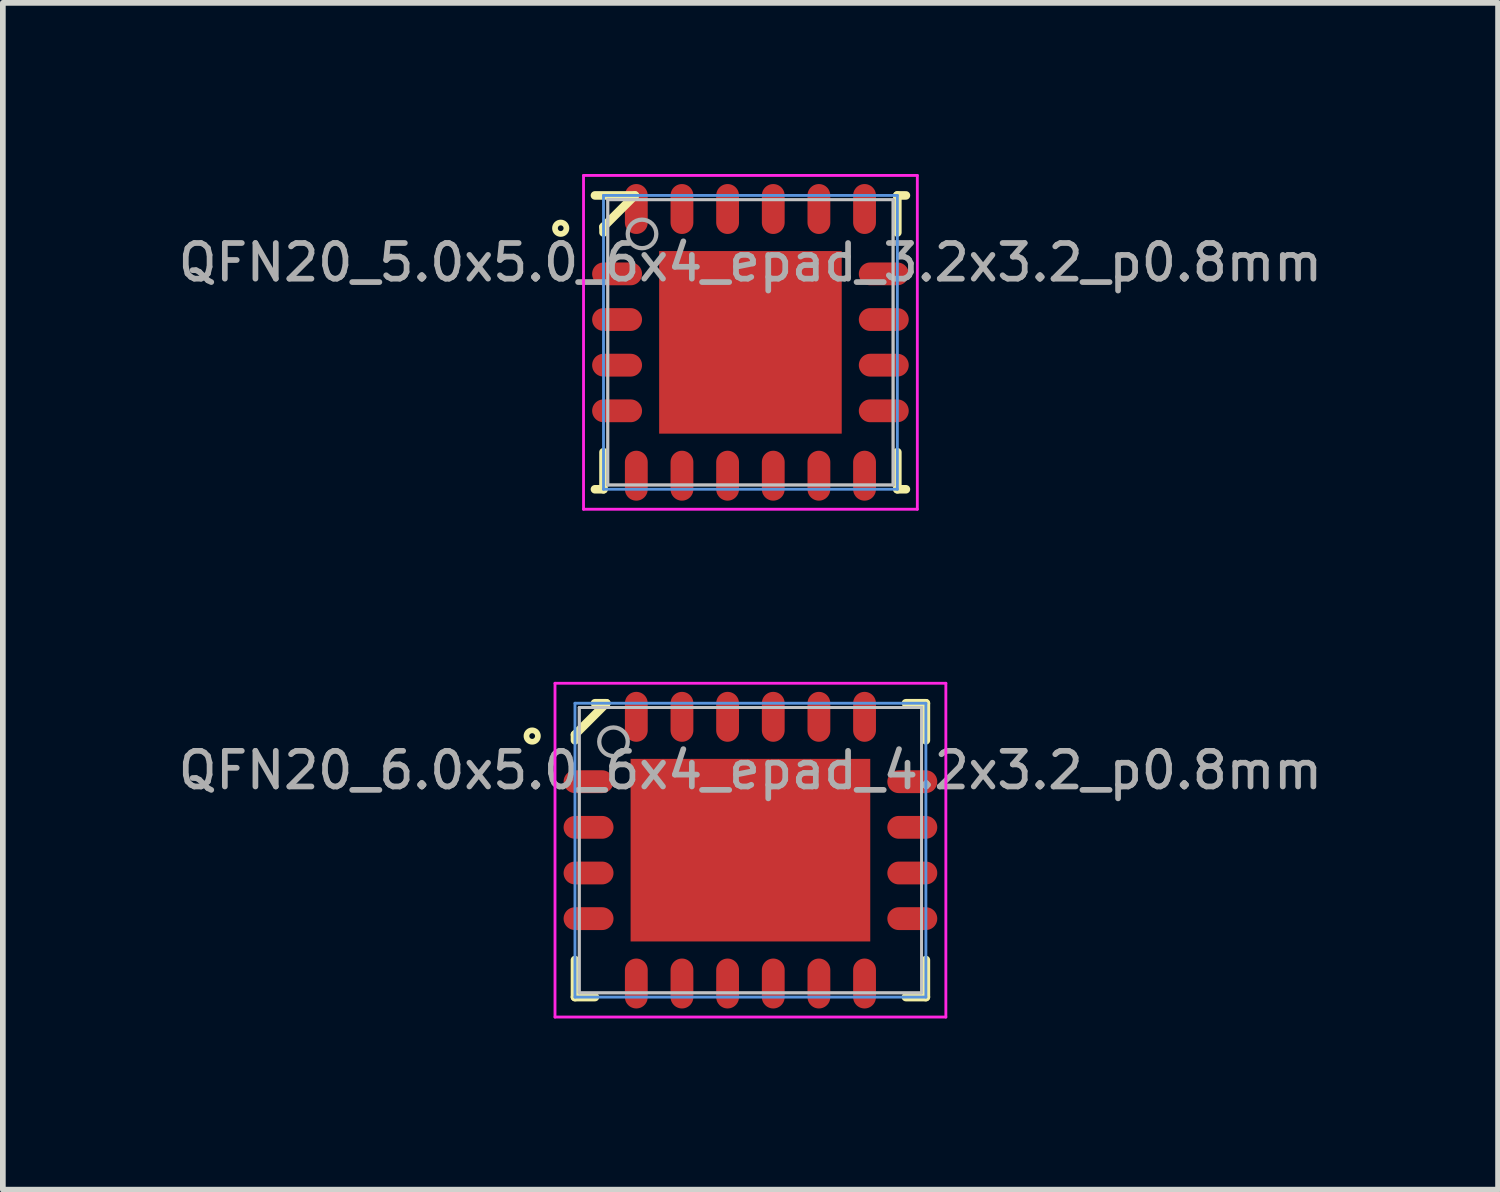
<source format=kicad_pcb>
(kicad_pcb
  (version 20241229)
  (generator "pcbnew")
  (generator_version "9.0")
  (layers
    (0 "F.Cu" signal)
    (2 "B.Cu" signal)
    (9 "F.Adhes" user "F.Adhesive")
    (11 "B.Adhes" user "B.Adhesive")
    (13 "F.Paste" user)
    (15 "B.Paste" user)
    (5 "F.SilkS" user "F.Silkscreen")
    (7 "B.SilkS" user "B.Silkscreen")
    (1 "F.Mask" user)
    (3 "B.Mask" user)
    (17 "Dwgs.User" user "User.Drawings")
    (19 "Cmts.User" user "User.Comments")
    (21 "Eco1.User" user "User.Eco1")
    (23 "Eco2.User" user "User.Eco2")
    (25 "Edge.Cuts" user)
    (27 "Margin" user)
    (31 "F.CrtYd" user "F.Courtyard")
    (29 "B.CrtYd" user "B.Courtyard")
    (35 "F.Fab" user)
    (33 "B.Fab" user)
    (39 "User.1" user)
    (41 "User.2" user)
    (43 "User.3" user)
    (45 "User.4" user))
  (footprint "QFN20_6.0x5.0_6x4_epad_4.2x3.2_p0.8mm"
    (layer "F.Cu")
    (at 10.102 11.85)
    (property "Reference" "QFN20_6.0x5.0_6x4_epad_4.2x3.2_p0.8mm" (at 0 -1.4 0) (layer "F.Fab") (effects (font (size 0.625 0.625) (thickness 0.1))))
    (attr through_hole)
    (fp_line (start -3.075 -2.025) (end -3.075 -1.925) (stroke (width 0.15) (type solid)) (layer "F.SilkS"))
    (fp_line (start -3.075 -2.025) (end -2.525 -2.575) (stroke (width 0.15) (type solid)) (layer "F.SilkS"))
    (fp_line (start -3.075 2.575) (end -3.075 1.925) (stroke (width 0.15) (type solid)) (layer "F.SilkS"))
    (fp_line (start -3.075 2.575) (end -2.725 2.575) (stroke (width 0.15) (type solid)) (layer "F.SilkS"))
    (fp_line (start -2.725 -2.575) (end -2.525 -2.575) (stroke (width 0.15) (type solid)) (layer "F.SilkS"))
    (fp_line (start 3.075 -2.575) (end 2.725 -2.575) (stroke (width 0.15) (type solid)) (layer "F.SilkS"))
    (fp_line (start 3.075 -2.575) (end 3.075 -1.925) (stroke (width 0.15) (type solid)) (layer "F.SilkS"))
    (fp_line (start 3.075 2.575) (end 2.725 2.575) (stroke (width 0.15) (type solid)) (layer "F.SilkS"))
    (fp_line (start 3.075 2.575) (end 3.075 1.925) (stroke (width 0.15) (type solid)) (layer "F.SilkS"))
    (fp_circle (center -3.825 -2) (end -3.754 -1.929) (stroke (width 0.1) (type solid)) (fill no) (layer "F.SilkS"))
    (fp_line (start -3 -2.5) (end -3 2.5) (stroke (width 0.05) (type solid)) (layer "Dwgs.User"))
    (fp_line (start -3 -2.5) (end 3 -2.5) (stroke (width 0.05) (type solid)) (layer "Dwgs.User"))
    (fp_line (start -3 2.5) (end 3 2.5) (stroke (width 0.05) (type solid)) (layer "Dwgs.User"))
    (fp_line (start 3 -2.5) (end 3 2.5) (stroke (width 0.05) (type solid)) (layer "Dwgs.User"))
    (fp_line (start -3.075 -2.575) (end -3.075 2.575) (stroke (width 0.05) (type solid)) (layer "Cmts.User"))
    (fp_line (start -3.075 -2.575) (end 3.075 -2.575) (stroke (width 0.05) (type solid)) (layer "Cmts.User"))
    (fp_line (start -3.075 2.575) (end 3.075 2.575) (stroke (width 0.05) (type solid)) (layer "Cmts.User"))
    (fp_line (start 3.075 -2.575) (end 3.075 2.575) (stroke (width 0.05) (type solid)) (layer "Cmts.User"))
    (fp_line (start -2.925 -2.425) (end -2.925 2.425) (stroke (width 0.05) (type solid)) (layer "Eco1.User"))
    (fp_line (start -2.925 -2.425) (end 2.925 -2.425) (stroke (width 0.05) (type solid)) (layer "Eco1.User"))
    (fp_line (start -2.925 2.425) (end 2.925 2.425) (stroke (width 0.05) (type solid)) (layer "Eco1.User"))
    (fp_line (start 2.925 -2.425) (end 2.925 2.425) (stroke (width 0.05) (type solid)) (layer "Eco1.User"))
    (fp_line (start -3.425 -2.925) (end -3.425 2.925) (stroke (width 0.05) (type solid)) (layer "F.CrtYd"))
    (fp_line (start -3.425 -2.925) (end 3.425 -2.925) (stroke (width 0.05) (type solid)) (layer "F.CrtYd"))
    (fp_line (start -3.425 2.925) (end 3.425 2.925) (stroke (width 0.05) (type solid)) (layer "F.CrtYd"))
    (fp_line (start 3.425 -2.925) (end 3.425 2.925) (stroke (width 0.05) (type solid)) (layer "F.CrtYd"))
    (fp_line (start -3 -2.5) (end -3 2.5) (stroke (width 0.05) (type solid)) (layer "F.Fab"))
    (fp_line (start -3 -2.5) (end 3 -2.5) (stroke (width 0.05) (type solid)) (layer "F.Fab"))
    (fp_line (start -3 2.5) (end 3 2.5) (stroke (width 0.05) (type solid)) (layer "F.Fab"))
    (fp_line (start 3 -2.5) (end 3 2.5) (stroke (width 0.05) (type solid)) (layer "F.Fab"))
    (fp_circle (center -2.4 -1.9) (end -2.223 -1.723) (stroke (width 0.075) (type solid)) (fill no) (layer "F.Fab"))
    (pad "1" smd oval (at -2.837 -1.2 180) (size 0.875 0.4) (layers "F.Cu" "F.Mask" "F.Paste"))
    (pad "2" smd oval (at -2.837 -0.4 180) (size 0.875 0.4) (layers "F.Cu" "F.Mask" "F.Paste"))
    (pad "3" smd oval (at -2.837 0.4 180) (size 0.875 0.4) (layers "F.Cu" "F.Mask" "F.Paste"))
    (pad "4" smd oval (at -2.837 1.2 180) (size 0.875 0.4) (layers "F.Cu" "F.Mask" "F.Paste"))
    (pad "5" smd oval (at -2 2.337 270) (size 0.875 0.4) (layers "F.Cu" "F.Mask" "F.Paste"))
    (pad "6" smd oval (at -1.2 2.337 270) (size 0.875 0.4) (layers "F.Cu" "F.Mask" "F.Paste"))
    (pad "7" smd oval (at -0.4 2.337 270) (size 0.875 0.4) (layers "F.Cu" "F.Mask" "F.Paste"))
    (pad "8" smd oval (at 0.4 2.337 270) (size 0.875 0.4) (layers "F.Cu" "F.Mask" "F.Paste"))
    (pad "9" smd oval (at 1.2 2.337 270) (size 0.875 0.4) (layers "F.Cu" "F.Mask" "F.Paste"))
    (pad "10" smd oval (at 2 2.337 270) (size 0.875 0.4) (layers "F.Cu" "F.Mask" "F.Paste"))
    (pad "11" smd oval (at 2.837 1.2) (size 0.875 0.4) (layers "F.Cu" "F.Mask" "F.Paste"))
    (pad "12" smd oval (at 2.837 0.4) (size 0.875 0.4) (layers "F.Cu" "F.Mask" "F.Paste"))
    (pad "13" smd oval (at 2.837 -0.4) (size 0.875 0.4) (layers "F.Cu" "F.Mask" "F.Paste"))
    (pad "14" smd oval (at 2.837 -1.2) (size 0.875 0.4) (layers "F.Cu" "F.Mask" "F.Paste"))
    (pad "15" smd oval (at 2 -2.337 90) (size 0.875 0.4) (layers "F.Cu" "F.Mask" "F.Paste"))
    (pad "16" smd oval (at 1.2 -2.337 90) (size 0.875 0.4) (layers "F.Cu" "F.Mask" "F.Paste"))
    (pad "17" smd oval (at 0.4 -2.337 90) (size 0.875 0.4) (layers "F.Cu" "F.Mask" "F.Paste"))
    (pad "18" smd oval (at -0.4 -2.337 90) (size 0.875 0.4) (layers "F.Cu" "F.Mask" "F.Paste"))
    (pad "19" smd oval (at -1.2 -2.337 90) (size 0.875 0.4) (layers "F.Cu" "F.Mask" "F.Paste"))
    (pad "20" smd oval (at -2 -2.337 90) (size 0.875 0.4) (layers "F.Cu" "F.Mask" "F.Paste"))
    (pad "21" smd rect (at 0 0) (size 4.2 3.2) (layers "F.Cu" "F.Mask" "F.Paste")))
  (footprint "QFN20_5.0x5.0_6x4_epad_3.2x3.2_p0.8mm"
    (layer "F.Cu")
    (at 10.102 2.95)
    (property "Reference" "QFN20_5.0x5.0_6x4_epad_3.2x3.2_p0.8mm" (at 0 -1.4 0) (layer "F.Fab") (effects (font (size 0.625 0.625) (thickness 0.1))))
    (attr through_hole)
    (fp_line (start -2.725 -2.575) (end -2.025 -2.575) (stroke (width 0.15) (type solid)) (layer "F.SilkS"))
    (fp_line (start -2.575 -2.025) (end -2.575 -1.925) (stroke (width 0.15) (type solid)) (layer "F.SilkS"))
    (fp_line (start -2.575 -2.025) (end -2.025 -2.575) (stroke (width 0.15) (type solid)) (layer "F.SilkS"))
    (fp_line (start -2.575 2.575) (end -2.725 2.575) (stroke (width 0.15) (type solid)) (layer "F.SilkS"))
    (fp_line (start -2.575 2.575) (end -2.575 1.925) (stroke (width 0.15) (type solid)) (layer "F.SilkS"))
    (fp_line (start 2.575 -2.575) (end 2.575 -1.925) (stroke (width 0.15) (type solid)) (layer "F.SilkS"))
    (fp_line (start 2.575 -2.575) (end 2.725 -2.575) (stroke (width 0.15) (type solid)) (layer "F.SilkS"))
    (fp_line (start 2.575 2.575) (end 2.575 1.925) (stroke (width 0.15) (type solid)) (layer "F.SilkS"))
    (fp_line (start 2.575 2.575) (end 2.725 2.575) (stroke (width 0.15) (type solid)) (layer "F.SilkS"))
    (fp_circle (center -3.325 -2) (end -3.254 -1.929) (stroke (width 0.1) (type solid)) (fill no) (layer "F.SilkS"))
    (fp_line (start -2.5 -2.5) (end -2.5 2.5) (stroke (width 0.05) (type solid)) (layer "Dwgs.User"))
    (fp_line (start -2.5 -2.5) (end 2.5 -2.5) (stroke (width 0.05) (type solid)) (layer "Dwgs.User"))
    (fp_line (start -2.5 2.5) (end 2.5 2.5) (stroke (width 0.05) (type solid)) (layer "Dwgs.User"))
    (fp_line (start 2.5 -2.5) (end 2.5 2.5) (stroke (width 0.05) (type solid)) (layer "Dwgs.User"))
    (fp_line (start -2.575 -2.575) (end -2.575 2.575) (stroke (width 0.05) (type solid)) (layer "Cmts.User"))
    (fp_line (start -2.575 -2.575) (end 2.575 -2.575) (stroke (width 0.05) (type solid)) (layer "Cmts.User"))
    (fp_line (start -2.575 2.575) (end 2.575 2.575) (stroke (width 0.05) (type solid)) (layer "Cmts.User"))
    (fp_line (start 2.575 -2.575) (end 2.575 2.575) (stroke (width 0.05) (type solid)) (layer "Cmts.User"))
    (fp_line (start -2.425 -2.425) (end -2.425 2.425) (stroke (width 0.05) (type solid)) (layer "Eco1.User"))
    (fp_line (start -2.425 -2.425) (end 2.425 -2.425) (stroke (width 0.05) (type solid)) (layer "Eco1.User"))
    (fp_line (start -2.425 2.425) (end 2.425 2.425) (stroke (width 0.05) (type solid)) (layer "Eco1.User"))
    (fp_line (start 2.425 -2.425) (end 2.425 2.425) (stroke (width 0.05) (type solid)) (layer "Eco1.User"))
    (fp_line (start -2.925 -2.925) (end -2.925 2.925) (stroke (width 0.05) (type solid)) (layer "F.CrtYd"))
    (fp_line (start -2.925 -2.925) (end 2.925 -2.925) (stroke (width 0.05) (type solid)) (layer "F.CrtYd"))
    (fp_line (start -2.925 2.925) (end 2.925 2.925) (stroke (width 0.05) (type solid)) (layer "F.CrtYd"))
    (fp_line (start 2.925 -2.925) (end 2.925 2.925) (stroke (width 0.05) (type solid)) (layer "F.CrtYd"))
    (fp_line (start -2.5 -2.5) (end -2.5 2.5) (stroke (width 0.05) (type solid)) (layer "F.Fab"))
    (fp_line (start -2.5 -2.5) (end 2.5 -2.5) (stroke (width 0.05) (type solid)) (layer "F.Fab"))
    (fp_line (start -2.5 2.5) (end 2.5 2.5) (stroke (width 0.05) (type solid)) (layer "F.Fab"))
    (fp_line (start 2.5 -2.5) (end 2.5 2.5) (stroke (width 0.05) (type solid)) (layer "F.Fab"))
    (fp_circle (center -1.9 -1.9) (end -1.723 -1.723) (stroke (width 0.075) (type solid)) (fill no) (layer "F.Fab"))
    (pad "1" smd oval (at -2.337 -1.2 180) (size 0.875 0.4) (layers "F.Cu" "F.Mask" "F.Paste"))
    (pad "2" smd oval (at -2.337 -0.4 180) (size 0.875 0.4) (layers "F.Cu" "F.Mask" "F.Paste"))
    (pad "3" smd oval (at -2.337 0.4 180) (size 0.875 0.4) (layers "F.Cu" "F.Mask" "F.Paste"))
    (pad "4" smd oval (at -2.337 1.2 180) (size 0.875 0.4) (layers "F.Cu" "F.Mask" "F.Paste"))
    (pad "5" smd oval (at -2 2.337 270) (size 0.875 0.4) (layers "F.Cu" "F.Mask" "F.Paste"))
    (pad "6" smd oval (at -1.2 2.337 270) (size 0.875 0.4) (layers "F.Cu" "F.Mask" "F.Paste"))
    (pad "7" smd oval (at -0.4 2.337 270) (size 0.875 0.4) (layers "F.Cu" "F.Mask" "F.Paste"))
    (pad "8" smd oval (at 0.4 2.337 270) (size 0.875 0.4) (layers "F.Cu" "F.Mask" "F.Paste"))
    (pad "9" smd oval (at 1.2 2.337 270) (size 0.875 0.4) (layers "F.Cu" "F.Mask" "F.Paste"))
    (pad "10" smd oval (at 2 2.337 270) (size 0.875 0.4) (layers "F.Cu" "F.Mask" "F.Paste"))
    (pad "11" smd oval (at 2.337 1.2) (size 0.875 0.4) (layers "F.Cu" "F.Mask" "F.Paste"))
    (pad "12" smd oval (at 2.337 0.4) (size 0.875 0.4) (layers "F.Cu" "F.Mask" "F.Paste"))
    (pad "13" smd oval (at 2.337 -0.4) (size 0.875 0.4) (layers "F.Cu" "F.Mask" "F.Paste"))
    (pad "14" smd oval (at 2.337 -1.2) (size 0.875 0.4) (layers "F.Cu" "F.Mask" "F.Paste"))
    (pad "15" smd oval (at 2 -2.337 90) (size 0.875 0.4) (layers "F.Cu" "F.Mask" "F.Paste"))
    (pad "16" smd oval (at 1.2 -2.337 90) (size 0.875 0.4) (layers "F.Cu" "F.Mask" "F.Paste"))
    (pad "17" smd oval (at 0.4 -2.337 90) (size 0.875 0.4) (layers "F.Cu" "F.Mask" "F.Paste"))
    (pad "18" smd oval (at -0.4 -2.337 90) (size 0.875 0.4) (layers "F.Cu" "F.Mask" "F.Paste"))
    (pad "19" smd oval (at -1.2 -2.337 90) (size 0.875 0.4) (layers "F.Cu" "F.Mask" "F.Paste"))
    (pad "20" smd oval (at -2 -2.337 90) (size 0.875 0.4) (layers "F.Cu" "F.Mask" "F.Paste"))
    (pad "21" smd rect (at 0 0) (size 3.2 3.2) (layers "F.Cu" "F.Mask" "F.Paste")))
  (gr_rect
    (start -3 -3)
    (end 23.205 17.8)
    (stroke (width 0.1) (type default))
    (fill no)
    (layer "Edge.Cuts")))
</source>
